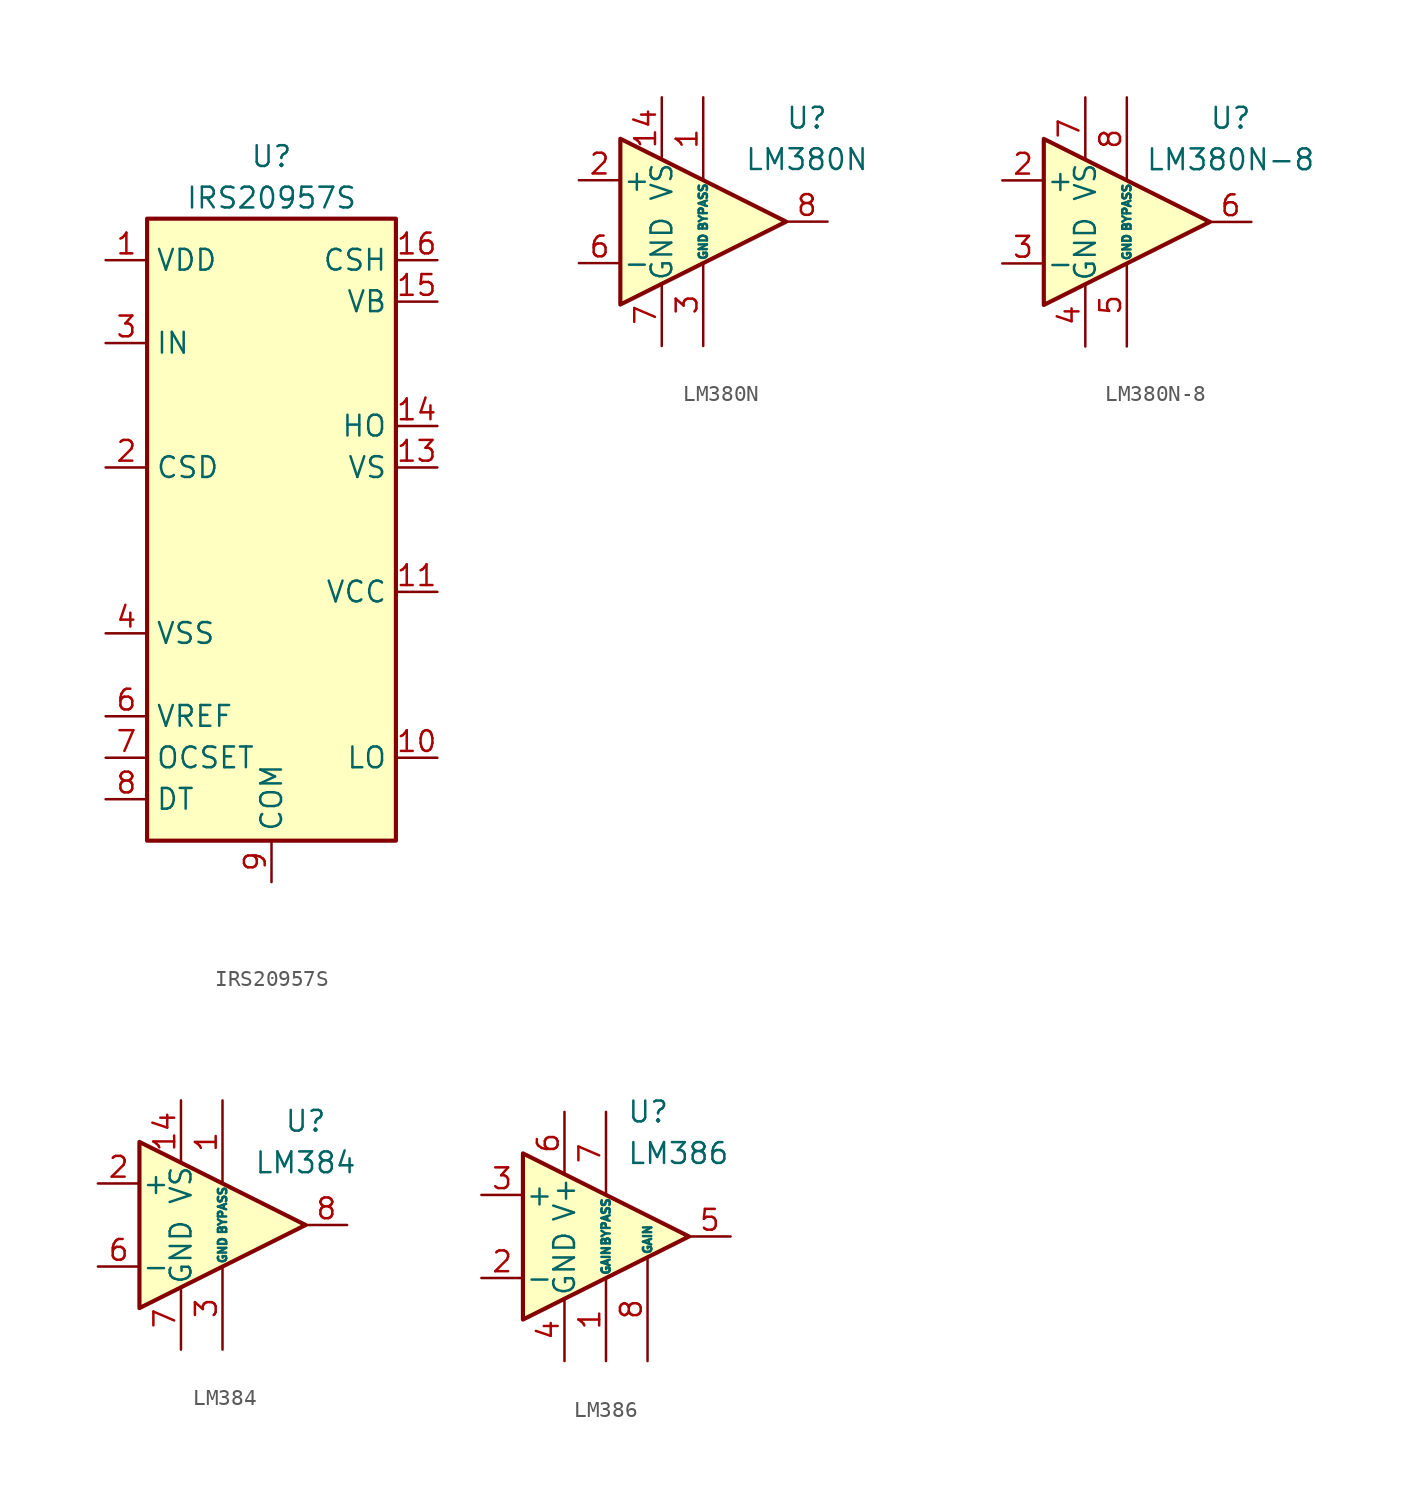
<source format=kicad_sym>
(kicad_symbol_lib
  (version 20201005)
  (generator kicad_symbol_editor)
  (symbol "Amplifier_Audio:IRS20957S"
    (property "Reference" "U"
      (at 0 24.13 0)
      (effects (font (size 1.27 1.27))))
    (property "Value" "IRS20957S"
      (at 0 21.59 0)
      (effects (font (size 1.27 1.27))))
    (symbol "IRS20957S_0_1"
      (rectangle (start -7.62 -17.78) (end 7.62 20.32) (stroke (width 0.254)) (fill (type background))))
    (symbol "IRS20957S_1_1"
      (pin power_in line (at -10.16 17.78 0) (length 2.54) (name "VDD" (effects (font (size 1.27 1.27)))) (number "1" (effects (font (size 1.27 1.27)))))
      (pin output line (at 10.16 -12.7 180) (length 2.54) (name "LO" (effects (font (size 1.27 1.27)))) (number "10" (effects (font (size 1.27 1.27)))))
      (pin power_in line (at 10.16 -2.54 180) (length 2.54) (name "VCC" (effects (font (size 1.27 1.27)))) (number "11" (effects (font (size 1.27 1.27)))))
      (pin no_connect line (at 7.62 0 180) (length 2.54) hide (name "NC" (effects (font (size 1.27 1.27)))) (number "12" (effects (font (size 1.27 1.27)))))
      (pin passive line (at 10.16 5.08 180) (length 2.54) (name "VS" (effects (font (size 1.27 1.27)))) (number "13" (effects (font (size 1.27 1.27)))))
      (pin output line (at 10.16 7.62 180) (length 2.54) (name "HO" (effects (font (size 1.27 1.27)))) (number "14" (effects (font (size 1.27 1.27)))))
      (pin power_in line (at 10.16 15.24 180) (length 2.54) (name "VB" (effects (font (size 1.27 1.27)))) (number "15" (effects (font (size 1.27 1.27)))))
      (pin passive line (at 10.16 17.78 180) (length 2.54) (name "CSH" (effects (font (size 1.27 1.27)))) (number "16" (effects (font (size 1.27 1.27)))))
      (pin passive line (at -10.16 5.08 0) (length 2.54) (name "CSD" (effects (font (size 1.27 1.27)))) (number "2" (effects (font (size 1.27 1.27)))))
      (pin input line (at -10.16 12.7 0) (length 2.54) (name "IN" (effects (font (size 1.27 1.27)))) (number "3" (effects (font (size 1.27 1.27)))))
      (pin power_in line (at -10.16 -5.08 0) (length 2.54) (name "VSS" (effects (font (size 1.27 1.27)))) (number "4" (effects (font (size 1.27 1.27)))))
      (pin no_connect line (at -7.62 0 0) (length 2.54) hide (name "NC" (effects (font (size 1.27 1.27)))) (number "5" (effects (font (size 1.27 1.27)))))
      (pin power_out line (at -10.16 -10.16 0) (length 2.54) (name "VREF" (effects (font (size 1.27 1.27)))) (number "6" (effects (font (size 1.27 1.27)))))
      (pin passive line (at -10.16 -12.7 0) (length 2.54) (name "OCSET" (effects (font (size 1.27 1.27)))) (number "7" (effects (font (size 1.27 1.27)))))
      (pin passive line (at -10.16 -15.24 0) (length 2.54) (name "DT" (effects (font (size 1.27 1.27)))) (number "8" (effects (font (size 1.27 1.27)))))
      (pin power_in line (at 0 -20.32 90) (length 2.54) (name "COM" (effects (font (size 1.27 1.27)))) (number "9" (effects (font (size 1.27 1.27)))))))
  (symbol "Amplifier_Audio:LM380N"
    (pin_names
      (offset 0.127))
    (property "Reference" "U"
      (at 6.35 6.35 0)
      (effects (font (size 1.27 1.27))))
    (property "Value" "LM380N"
      (at 6.35 3.81 0)
      (effects (font (size 1.27 1.27))))
    (symbol "LM380N_0_1"
      (polyline (pts (xy -5.08 5.08) (xy 5.08 0) (xy -5.08 -5.08) (xy -5.08 5.08)) (stroke (width 0.254)) (fill (type background))))
    (symbol "LM380N_1_1"
      (pin passive line (at 0 7.62 270) (length 5.08) (name "BYPASS" (effects (font (size 0.508 0.508)))) (number "1" (effects (font (size 1.27 1.27)))))
      (pin passive line (at 0 -7.62 90) (length 5.08) hide (name "GND" (effects (font (size 0.508 0.508)))) (number "10" (effects (font (size 1.27 1.27)))))
      (pin passive line (at 0 -7.62 90) (length 5.08) hide (name "GND" (effects (font (size 0.508 0.508)))) (number "11" (effects (font (size 1.27 1.27)))))
      (pin passive line (at 0 -7.62 90) (length 5.08) hide (name "GND" (effects (font (size 0.508 0.508)))) (number "12" (effects (font (size 1.27 1.27)))))
      (pin no_connect line (at 0 -2.54 90) (length 2.54) hide (name "NC" (effects (font (size 1.27 1.27)))) (number "13" (effects (font (size 1.27 1.27)))))
      (pin power_in line (at -2.54 7.62 270) (length 3.81) (name "VS" (effects (font (size 1.27 1.27)))) (number "14" (effects (font (size 1.27 1.27)))))
      (pin input line (at -7.62 2.54 0) (length 2.54) (name "+" (effects (font (size 1.27 1.27)))) (number "2" (effects (font (size 1.27 1.27)))))
      (pin power_in line (at 0 -7.62 90) (length 5.08) (name "GND" (effects (font (size 0.508 0.508)))) (number "3" (effects (font (size 1.27 1.27)))))
      (pin passive line (at 0 -7.62 90) (length 5.08) hide (name "GND" (effects (font (size 0.508 0.508)))) (number "4" (effects (font (size 1.27 1.27)))))
      (pin passive line (at 0 -7.62 90) (length 5.08) hide (name "GND" (effects (font (size 0.508 0.508)))) (number "5" (effects (font (size 1.27 1.27)))))
      (pin input line (at -7.62 -2.54 0) (length 2.54) (name "-" (effects (font (size 1.27 1.27)))) (number "6" (effects (font (size 1.27 1.27)))))
      (pin power_in line (at -2.54 -7.62 90) (length 3.81) (name "GND" (effects (font (size 1.27 1.27)))) (number "7" (effects (font (size 1.27 1.27)))))
      (pin output line (at 7.62 0 180) (length 2.54) (name "~" (effects (font (size 1.27 1.27)))) (number "8" (effects (font (size 1.27 1.27)))))
      (pin no_connect line (at 0 2.54 270) (length 2.54) hide (name "NC" (effects (font (size 1.27 1.27)))) (number "9" (effects (font (size 1.27 1.27)))))))
  (symbol "Amplifier_Audio:LM380N-8"
    (pin_names
      (offset 0.127))
    (property "Reference" "U"
      (at 6.35 6.35 0)
      (effects (font (size 1.27 1.27))))
    (property "Value" "LM380N-8"
      (at 6.35 3.81 0)
      (effects (font (size 1.27 1.27))))
    (symbol "LM380N-8_0_1"
      (polyline (pts (xy -5.08 5.08) (xy 5.08 0) (xy -5.08 -5.08) (xy -5.08 5.08)) (stroke (width 0.254)) (fill (type background))))
    (symbol "LM380N-8_1_1"
      (pin no_connect line (at 0 2.54 270) (length 2.54) hide (name "NC" (effects (font (size 1.27 1.27)))) (number "1" (effects (font (size 1.27 1.27)))))
      (pin input line (at -7.62 2.54 0) (length 2.54) (name "+" (effects (font (size 1.27 1.27)))) (number "2" (effects (font (size 1.27 1.27)))))
      (pin input line (at -7.62 -2.54 0) (length 2.54) (name "-" (effects (font (size 1.27 1.27)))) (number "3" (effects (font (size 1.27 1.27)))))
      (pin power_in line (at -2.54 -7.62 90) (length 3.81) (name "GND" (effects (font (size 1.27 1.27)))) (number "4" (effects (font (size 1.27 1.27)))))
      (pin power_in line (at 0 -7.62 90) (length 5.08) (name "GND" (effects (font (size 0.508 0.508)))) (number "5" (effects (font (size 1.27 1.27)))))
      (pin output line (at 7.62 0 180) (length 2.54) (name "~" (effects (font (size 1.27 1.27)))) (number "6" (effects (font (size 1.27 1.27)))))
      (pin power_in line (at -2.54 7.62 270) (length 3.81) (name "VS" (effects (font (size 1.27 1.27)))) (number "7" (effects (font (size 1.27 1.27)))))
      (pin passive line (at 0 7.62 270) (length 5.08) (name "BYPASS" (effects (font (size 0.508 0.508)))) (number "8" (effects (font (size 1.27 1.27)))))))
  (symbol "Amplifier_Audio:LM384"
    (pin_names
      (offset 0.127))
    (property "Reference" "U"
      (at 5.08 6.35 0)
      (effects (font (size 1.27 1.27))))
    (property "Value" "LM384"
      (at 5.08 3.81 0)
      (effects (font (size 1.27 1.27))))
    (symbol "LM384_0_1"
      (polyline (pts (xy -5.08 5.08) (xy 5.08 0) (xy -5.08 -5.08) (xy -5.08 5.08)) (stroke (width 0.254)) (fill (type background))))
    (symbol "LM384_1_1"
      (pin passive line (at 0 7.62 270) (length 5.08) (name "BYPASS" (effects (font (size 0.508 0.508)))) (number "1" (effects (font (size 1.27 1.27)))))
      (pin passive line (at 0 -7.62 90) (length 5.08) hide (name "GND" (effects (font (size 0.508 0.508)))) (number "10" (effects (font (size 1.27 1.27)))))
      (pin passive line (at 0 -7.62 90) (length 5.08) hide (name "GND" (effects (font (size 0.508 0.508)))) (number "11" (effects (font (size 1.27 1.27)))))
      (pin passive line (at 0 -7.62 90) (length 5.08) hide (name "GND" (effects (font (size 0.508 0.508)))) (number "12" (effects (font (size 1.27 1.27)))))
      (pin no_connect line (at 0 2.54 270) (length 2.54) hide (name "NC" (effects (font (size 1.27 1.27)))) (number "13" (effects (font (size 1.27 1.27)))))
      (pin power_in line (at -2.54 7.62 270) (length 3.81) (name "VS" (effects (font (size 1.27 1.27)))) (number "14" (effects (font (size 1.27 1.27)))))
      (pin input line (at -7.62 2.54 0) (length 2.54) (name "+" (effects (font (size 1.27 1.27)))) (number "2" (effects (font (size 1.27 1.27)))))
      (pin power_in line (at 0 -7.62 90) (length 5.08) (name "GND" (effects (font (size 0.508 0.508)))) (number "3" (effects (font (size 1.27 1.27)))))
      (pin passive line (at 0 -7.62 90) (length 5.08) hide (name "GND" (effects (font (size 0.508 0.508)))) (number "4" (effects (font (size 1.27 1.27)))))
      (pin passive line (at 0 -7.62 90) (length 5.08) hide (name "GND" (effects (font (size 0.508 0.508)))) (number "5" (effects (font (size 1.27 1.27)))))
      (pin input line (at -7.62 -2.54 0) (length 2.54) (name "-" (effects (font (size 1.27 1.27)))) (number "6" (effects (font (size 1.27 1.27)))))
      (pin power_in line (at -2.54 -7.62 90) (length 3.81) (name "GND" (effects (font (size 1.27 1.27)))) (number "7" (effects (font (size 1.27 1.27)))))
      (pin output line (at 7.62 0 180) (length 2.54) (name "~" (effects (font (size 1.27 1.27)))) (number "8" (effects (font (size 1.27 1.27)))))
      (pin no_connect line (at -2.54 2.54 270) (length 2.54) hide (name "NC" (effects (font (size 1.27 1.27)))) (number "9" (effects (font (size 1.27 1.27)))))))
  (symbol "Amplifier_Audio:LM386"
    (pin_names
      (offset 0.127))
    (property "Reference" "U"
      (at 1.27 7.62 0)
      (effects (font (size 1.27 1.27)) (justify left)))
    (property "Value" "LM386"
      (at 1.27 5.08 0)
      (effects (font (size 1.27 1.27)) (justify left)))
    (symbol "LM386_0_1"
      (polyline (pts (xy 5.08 0) (xy -5.08 5.08) (xy -5.08 -5.08) (xy 5.08 0)) (stroke (width 0.254)) (fill (type background))))
    (symbol "LM386_1_1"
      (pin input line (at 0 -7.62 90) (length 5.08) (name "GAIN" (effects (font (size 0.508 0.508)))) (number "1" (effects (font (size 1.27 1.27)))))
      (pin input line (at -7.62 -2.54 0) (length 2.54) (name "-" (effects (font (size 1.27 1.27)))) (number "2" (effects (font (size 1.27 1.27)))))
      (pin input line (at -7.62 2.54 0) (length 2.54) (name "+" (effects (font (size 1.27 1.27)))) (number "3" (effects (font (size 1.27 1.27)))))
      (pin power_in line (at -2.54 -7.62 90) (length 3.81) (name "GND" (effects (font (size 1.27 1.27)))) (number "4" (effects (font (size 1.27 1.27)))))
      (pin output line (at 7.62 0 180) (length 2.54) (name "~" (effects (font (size 1.27 1.27)))) (number "5" (effects (font (size 1.27 1.27)))))
      (pin power_in line (at -2.54 7.62 270) (length 3.81) (name "V+" (effects (font (size 1.27 1.27)))) (number "6" (effects (font (size 1.27 1.27)))))
      (pin input line (at 0 7.62 270) (length 5.08) (name "BYPASS" (effects (font (size 0.508 0.508)))) (number "7" (effects (font (size 1.27 1.27)))))
      (pin input line (at 2.54 -7.62 90) (length 6.35) (name "GAIN" (effects (font (size 0.508 0.508)))) (number "8" (effects (font (size 1.27 1.27))))))))
</source>
